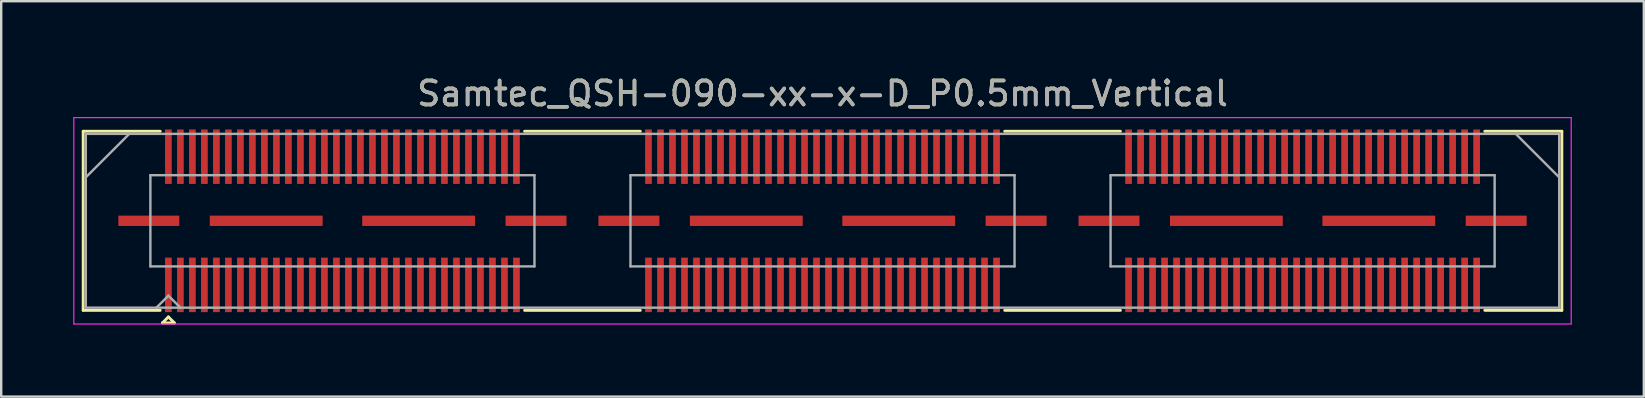
<source format=kicad_pcb>
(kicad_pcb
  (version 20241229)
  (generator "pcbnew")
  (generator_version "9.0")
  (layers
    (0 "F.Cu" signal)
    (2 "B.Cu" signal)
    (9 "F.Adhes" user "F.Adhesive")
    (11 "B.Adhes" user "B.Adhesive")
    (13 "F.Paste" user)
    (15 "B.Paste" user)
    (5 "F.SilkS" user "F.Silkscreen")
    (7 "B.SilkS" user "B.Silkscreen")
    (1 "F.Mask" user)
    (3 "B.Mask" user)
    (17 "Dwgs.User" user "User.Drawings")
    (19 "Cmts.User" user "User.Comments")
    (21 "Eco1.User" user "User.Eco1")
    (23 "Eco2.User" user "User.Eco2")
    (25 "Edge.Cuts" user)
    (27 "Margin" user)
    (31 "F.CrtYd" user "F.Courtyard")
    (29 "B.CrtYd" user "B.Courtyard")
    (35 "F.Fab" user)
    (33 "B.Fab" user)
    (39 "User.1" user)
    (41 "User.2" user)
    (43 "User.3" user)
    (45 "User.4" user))
  (footprint "Samtec_QSH-090-xx-x-D_P0.5mm_Vertical"
    (layer "F.Cu")
    (at 31.215 6.148)
    (property "Reference" "Samtec_QSH-090-xx-x-D_P0.5mm_Vertical" (at 0 -5.3 0) (layer "F.SilkS") (effects (font (size 1 1) (thickness 0.15))))
    (attr smd)
    (fp_line (start -30.8 -3.73) (end -27.59 -3.73) (stroke (width 0.12) (type solid)) (layer "F.SilkS"))
    (fp_line (start -30.8 3.73) (end -30.8 -3.73) (stroke (width 0.12) (type solid)) (layer "F.SilkS"))
    (fp_line (start -27.59 3.73) (end -30.8 3.73) (stroke (width 0.12) (type solid)) (layer "F.SilkS"))
    (fp_line (start -27.5 4.255) (end -27.25 4.005) (stroke (width 0.12) (type solid)) (layer "F.SilkS"))
    (fp_line (start -27.25 4.005) (end -27 4.255) (stroke (width 0.12) (type solid)) (layer "F.SilkS"))
    (fp_line (start -27 4.255) (end -27.5 4.255) (stroke (width 0.12) (type solid)) (layer "F.SilkS"))
    (fp_line (start -12.411 -3.73) (end -7.59 -3.73) (stroke (width 0.12) (type solid)) (layer "F.SilkS"))
    (fp_line (start -12.411 3.73) (end -7.59 3.73) (stroke (width 0.12) (type solid)) (layer "F.SilkS"))
    (fp_line (start 7.59 -3.73) (end 12.411 -3.73) (stroke (width 0.12) (type solid)) (layer "F.SilkS"))
    (fp_line (start 7.59 3.73) (end 12.411 3.73) (stroke (width 0.12) (type solid)) (layer "F.SilkS"))
    (fp_line (start 27.59 3.73) (end 30.8 3.73) (stroke (width 0.12) (type solid)) (layer "F.SilkS"))
    (fp_line (start 30.8 -3.73) (end 27.59 -3.73) (stroke (width 0.12) (type solid)) (layer "F.SilkS"))
    (fp_line (start 30.8 3.73) (end 30.8 -3.73) (stroke (width 0.12) (type solid)) (layer "F.SilkS"))
    (fp_line (start -31.19 -4.3) (end -31.19 4.3) (stroke (width 0.05) (type solid)) (layer "F.CrtYd"))
    (fp_line (start -31.19 4.3) (end 31.19 4.3) (stroke (width 0.05) (type solid)) (layer "F.CrtYd"))
    (fp_line (start 31.19 -4.3) (end -31.19 -4.3) (stroke (width 0.05) (type solid)) (layer "F.CrtYd"))
    (fp_line (start 31.19 4.3) (end 31.19 -4.3) (stroke (width 0.05) (type solid)) (layer "F.CrtYd"))
    (fp_line (start -30.69 -3.62) (end -30.69 3.62) (stroke (width 0.1) (type solid)) (layer "F.Fab"))
    (fp_line (start -30.69 -1.81) (end -28.88 -3.62) (stroke (width 0.1) (type solid)) (layer "F.Fab"))
    (fp_line (start -30.69 3.62) (end 30.69 3.62) (stroke (width 0.1) (type solid)) (layer "F.Fab"))
    (fp_line (start -28 -1.9) (end -28 1.9) (stroke (width 0.1) (type solid)) (layer "F.Fab"))
    (fp_line (start -28 1.9) (end -12 1.9) (stroke (width 0.1) (type solid)) (layer "F.Fab"))
    (fp_line (start -27.75 3.62) (end -27.25 3.12) (stroke (width 0.1) (type solid)) (layer "F.Fab"))
    (fp_line (start -27.25 3.12) (end -26.75 3.62) (stroke (width 0.1) (type solid)) (layer "F.Fab"))
    (fp_line (start -12 -1.9) (end -28 -1.9) (stroke (width 0.1) (type solid)) (layer "F.Fab"))
    (fp_line (start -12 1.9) (end -12 -1.9) (stroke (width 0.1) (type solid)) (layer "F.Fab"))
    (fp_line (start -8 -1.9) (end -8 1.9) (stroke (width 0.1) (type solid)) (layer "F.Fab"))
    (fp_line (start -8 1.9) (end 8 1.9) (stroke (width 0.1) (type solid)) (layer "F.Fab"))
    (fp_line (start 8 -1.9) (end -8 -1.9) (stroke (width 0.1) (type solid)) (layer "F.Fab"))
    (fp_line (start 8 1.9) (end 8 -1.9) (stroke (width 0.1) (type solid)) (layer "F.Fab"))
    (fp_line (start 12 -1.9) (end 12 1.9) (stroke (width 0.1) (type solid)) (layer "F.Fab"))
    (fp_line (start 12 1.9) (end 28 1.9) (stroke (width 0.1) (type solid)) (layer "F.Fab"))
    (fp_line (start 28 -1.9) (end 12 -1.9) (stroke (width 0.1) (type solid)) (layer "F.Fab"))
    (fp_line (start 28 1.9) (end 28 -1.9) (stroke (width 0.1) (type solid)) (layer "F.Fab"))
    (fp_line (start 30.69 -3.62) (end -30.69 -3.62) (stroke (width 0.1) (type solid)) (layer "F.Fab"))
    (fp_line (start 30.69 -1.81) (end 28.88 -3.62) (stroke (width 0.1) (type solid)) (layer "F.Fab"))
    (fp_line (start 30.69 3.62) (end 30.69 -3.62) (stroke (width 0.1) (type solid)) (layer "F.Fab"))
    (fp_text user "${REFERENCE}" (at 0 -5.3 0) (layer "F.Fab") (effects (font (size 1 1) (thickness 0.15))))
    (pad "1" smd rect (at -27.25 2.67) (size 0.279 2.27) (layers "F.Cu" "F.Mask" "F.Paste"))
    (pad "2" smd rect (at -27.25 -2.67) (size 0.279 2.27) (layers "F.Cu" "F.Mask" "F.Paste"))
    (pad "3" smd rect (at -26.75 2.67) (size 0.279 2.27) (layers "F.Cu" "F.Mask" "F.Paste"))
    (pad "4" smd rect (at -26.75 -2.67) (size 0.279 2.27) (layers "F.Cu" "F.Mask" "F.Paste"))
    (pad "5" smd rect (at -26.25 2.67) (size 0.279 2.27) (layers "F.Cu" "F.Mask" "F.Paste"))
    (pad "6" smd rect (at -26.25 -2.67) (size 0.279 2.27) (layers "F.Cu" "F.Mask" "F.Paste"))
    (pad "7" smd rect (at -25.75 2.67) (size 0.279 2.27) (layers "F.Cu" "F.Mask" "F.Paste"))
    (pad "8" smd rect (at -25.75 -2.67) (size 0.279 2.27) (layers "F.Cu" "F.Mask" "F.Paste"))
    (pad "9" smd rect (at -25.25 2.67) (size 0.279 2.27) (layers "F.Cu" "F.Mask" "F.Paste"))
    (pad "10" smd rect (at -25.25 -2.67) (size 0.279 2.27) (layers "F.Cu" "F.Mask" "F.Paste"))
    (pad "11" smd rect (at -24.75 2.67) (size 0.279 2.27) (layers "F.Cu" "F.Mask" "F.Paste"))
    (pad "12" smd rect (at -24.75 -2.67) (size 0.279 2.27) (layers "F.Cu" "F.Mask" "F.Paste"))
    (pad "13" smd rect (at -24.25 2.67) (size 0.279 2.27) (layers "F.Cu" "F.Mask" "F.Paste"))
    (pad "14" smd rect (at -24.25 -2.67) (size 0.279 2.27) (layers "F.Cu" "F.Mask" "F.Paste"))
    (pad "15" smd rect (at -23.75 2.67) (size 0.279 2.27) (layers "F.Cu" "F.Mask" "F.Paste"))
    (pad "16" smd rect (at -23.75 -2.67) (size 0.279 2.27) (layers "F.Cu" "F.Mask" "F.Paste"))
    (pad "17" smd rect (at -23.25 2.67) (size 0.279 2.27) (layers "F.Cu" "F.Mask" "F.Paste"))
    (pad "18" smd rect (at -23.25 -2.67) (size 0.279 2.27) (layers "F.Cu" "F.Mask" "F.Paste"))
    (pad "19" smd rect (at -22.75 2.67) (size 0.279 2.27) (layers "F.Cu" "F.Mask" "F.Paste"))
    (pad "20" smd rect (at -22.75 -2.67) (size 0.279 2.27) (layers "F.Cu" "F.Mask" "F.Paste"))
    (pad "21" smd rect (at -22.25 2.67) (size 0.279 2.27) (layers "F.Cu" "F.Mask" "F.Paste"))
    (pad "22" smd rect (at -22.25 -2.67) (size 0.279 2.27) (layers "F.Cu" "F.Mask" "F.Paste"))
    (pad "23" smd rect (at -21.75 2.67) (size 0.279 2.27) (layers "F.Cu" "F.Mask" "F.Paste"))
    (pad "24" smd rect (at -21.75 -2.67) (size 0.279 2.27) (layers "F.Cu" "F.Mask" "F.Paste"))
    (pad "25" smd rect (at -21.25 2.67) (size 0.279 2.27) (layers "F.Cu" "F.Mask" "F.Paste"))
    (pad "26" smd rect (at -21.25 -2.67) (size 0.279 2.27) (layers "F.Cu" "F.Mask" "F.Paste"))
    (pad "27" smd rect (at -20.75 2.67) (size 0.279 2.27) (layers "F.Cu" "F.Mask" "F.Paste"))
    (pad "28" smd rect (at -20.75 -2.67) (size 0.279 2.27) (layers "F.Cu" "F.Mask" "F.Paste"))
    (pad "29" smd rect (at -20.25 2.67) (size 0.279 2.27) (layers "F.Cu" "F.Mask" "F.Paste"))
    (pad "30" smd rect (at -20.25 -2.67) (size 0.279 2.27) (layers "F.Cu" "F.Mask" "F.Paste"))
    (pad "31" smd rect (at -19.75 2.67) (size 0.279 2.27) (layers "F.Cu" "F.Mask" "F.Paste"))
    (pad "32" smd rect (at -19.75 -2.67) (size 0.279 2.27) (layers "F.Cu" "F.Mask" "F.Paste"))
    (pad "33" smd rect (at -19.25 2.67) (size 0.279 2.27) (layers "F.Cu" "F.Mask" "F.Paste"))
    (pad "34" smd rect (at -19.25 -2.67) (size 0.279 2.27) (layers "F.Cu" "F.Mask" "F.Paste"))
    (pad "35" smd rect (at -18.75 2.67) (size 0.279 2.27) (layers "F.Cu" "F.Mask" "F.Paste"))
    (pad "36" smd rect (at -18.75 -2.67) (size 0.279 2.27) (layers "F.Cu" "F.Mask" "F.Paste"))
    (pad "37" smd rect (at -18.25 2.67) (size 0.279 2.27) (layers "F.Cu" "F.Mask" "F.Paste"))
    (pad "38" smd rect (at -18.25 -2.67) (size 0.279 2.27) (layers "F.Cu" "F.Mask" "F.Paste"))
    (pad "39" smd rect (at -17.75 2.67) (size 0.279 2.27) (layers "F.Cu" "F.Mask" "F.Paste"))
    (pad "40" smd rect (at -17.75 -2.67) (size 0.279 2.27) (layers "F.Cu" "F.Mask" "F.Paste"))
    (pad "41" smd rect (at -17.25 2.67) (size 0.279 2.27) (layers "F.Cu" "F.Mask" "F.Paste"))
    (pad "42" smd rect (at -17.25 -2.67) (size 0.279 2.27) (layers "F.Cu" "F.Mask" "F.Paste"))
    (pad "43" smd rect (at -16.75 2.67) (size 0.279 2.27) (layers "F.Cu" "F.Mask" "F.Paste"))
    (pad "44" smd rect (at -16.75 -2.67) (size 0.279 2.27) (layers "F.Cu" "F.Mask" "F.Paste"))
    (pad "45" smd rect (at -16.25 2.67) (size 0.279 2.27) (layers "F.Cu" "F.Mask" "F.Paste"))
    (pad "46" smd rect (at -16.25 -2.67) (size 0.279 2.27) (layers "F.Cu" "F.Mask" "F.Paste"))
    (pad "47" smd rect (at -15.75 2.67) (size 0.279 2.27) (layers "F.Cu" "F.Mask" "F.Paste"))
    (pad "48" smd rect (at -15.75 -2.67) (size 0.279 2.27) (layers "F.Cu" "F.Mask" "F.Paste"))
    (pad "49" smd rect (at -15.25 2.67) (size 0.279 2.27) (layers "F.Cu" "F.Mask" "F.Paste"))
    (pad "50" smd rect (at -15.25 -2.67) (size 0.279 2.27) (layers "F.Cu" "F.Mask" "F.Paste"))
    (pad "51" smd rect (at -14.75 2.67) (size 0.279 2.27) (layers "F.Cu" "F.Mask" "F.Paste"))
    (pad "52" smd rect (at -14.75 -2.67) (size 0.279 2.27) (layers "F.Cu" "F.Mask" "F.Paste"))
    (pad "53" smd rect (at -14.25 2.67) (size 0.279 2.27) (layers "F.Cu" "F.Mask" "F.Paste"))
    (pad "54" smd rect (at -14.25 -2.67) (size 0.279 2.27) (layers "F.Cu" "F.Mask" "F.Paste"))
    (pad "55" smd rect (at -13.75 2.67) (size 0.279 2.27) (layers "F.Cu" "F.Mask" "F.Paste"))
    (pad "56" smd rect (at -13.75 -2.67) (size 0.279 2.27) (layers "F.Cu" "F.Mask" "F.Paste"))
    (pad "57" smd rect (at -13.25 2.67) (size 0.279 2.27) (layers "F.Cu" "F.Mask" "F.Paste"))
    (pad "58" smd rect (at -13.25 -2.67) (size 0.279 2.27) (layers "F.Cu" "F.Mask" "F.Paste"))
    (pad "59" smd rect (at -12.75 2.67) (size 0.279 2.27) (layers "F.Cu" "F.Mask" "F.Paste"))
    (pad "60" smd rect (at -12.75 -2.67) (size 0.279 2.27) (layers "F.Cu" "F.Mask" "F.Paste"))
    (pad "61" smd rect (at -7.25 2.67) (size 0.279 2.27) (layers "F.Cu" "F.Mask" "F.Paste"))
    (pad "62" smd rect (at -7.25 -2.67) (size 0.279 2.27) (layers "F.Cu" "F.Mask" "F.Paste"))
    (pad "63" smd rect (at -6.75 2.67) (size 0.279 2.27) (layers "F.Cu" "F.Mask" "F.Paste"))
    (pad "64" smd rect (at -6.75 -2.67) (size 0.279 2.27) (layers "F.Cu" "F.Mask" "F.Paste"))
    (pad "65" smd rect (at -6.25 2.67) (size 0.279 2.27) (layers "F.Cu" "F.Mask" "F.Paste"))
    (pad "66" smd rect (at -6.25 -2.67) (size 0.279 2.27) (layers "F.Cu" "F.Mask" "F.Paste"))
    (pad "67" smd rect (at -5.75 2.67) (size 0.279 2.27) (layers "F.Cu" "F.Mask" "F.Paste"))
    (pad "68" smd rect (at -5.75 -2.67) (size 0.279 2.27) (layers "F.Cu" "F.Mask" "F.Paste"))
    (pad "69" smd rect (at -5.25 2.67) (size 0.279 2.27) (layers "F.Cu" "F.Mask" "F.Paste"))
    (pad "70" smd rect (at -5.25 -2.67) (size 0.279 2.27) (layers "F.Cu" "F.Mask" "F.Paste"))
    (pad "71" smd rect (at -4.75 2.67) (size 0.279 2.27) (layers "F.Cu" "F.Mask" "F.Paste"))
    (pad "72" smd rect (at -4.75 -2.67) (size 0.279 2.27) (layers "F.Cu" "F.Mask" "F.Paste"))
    (pad "73" smd rect (at -4.25 2.67) (size 0.279 2.27) (layers "F.Cu" "F.Mask" "F.Paste"))
    (pad "74" smd rect (at -4.25 -2.67) (size 0.279 2.27) (layers "F.Cu" "F.Mask" "F.Paste"))
    (pad "75" smd rect (at -3.75 2.67) (size 0.279 2.27) (layers "F.Cu" "F.Mask" "F.Paste"))
    (pad "76" smd rect (at -3.75 -2.67) (size 0.279 2.27) (layers "F.Cu" "F.Mask" "F.Paste"))
    (pad "77" smd rect (at -3.25 2.67) (size 0.279 2.27) (layers "F.Cu" "F.Mask" "F.Paste"))
    (pad "78" smd rect (at -3.25 -2.67) (size 0.279 2.27) (layers "F.Cu" "F.Mask" "F.Paste"))
    (pad "79" smd rect (at -2.75 2.67) (size 0.279 2.27) (layers "F.Cu" "F.Mask" "F.Paste"))
    (pad "80" smd rect (at -2.75 -2.67) (size 0.279 2.27) (layers "F.Cu" "F.Mask" "F.Paste"))
    (pad "81" smd rect (at -2.25 2.67) (size 0.279 2.27) (layers "F.Cu" "F.Mask" "F.Paste"))
    (pad "82" smd rect (at -2.25 -2.67) (size 0.279 2.27) (layers "F.Cu" "F.Mask" "F.Paste"))
    (pad "83" smd rect (at -1.75 2.67) (size 0.279 2.27) (layers "F.Cu" "F.Mask" "F.Paste"))
    (pad "84" smd rect (at -1.75 -2.67) (size 0.279 2.27) (layers "F.Cu" "F.Mask" "F.Paste"))
    (pad "85" smd rect (at -1.25 2.67) (size 0.279 2.27) (layers "F.Cu" "F.Mask" "F.Paste"))
    (pad "86" smd rect (at -1.25 -2.67) (size 0.279 2.27) (layers "F.Cu" "F.Mask" "F.Paste"))
    (pad "87" smd rect (at -0.75 2.67) (size 0.279 2.27) (layers "F.Cu" "F.Mask" "F.Paste"))
    (pad "88" smd rect (at -0.75 -2.67) (size 0.279 2.27) (layers "F.Cu" "F.Mask" "F.Paste"))
    (pad "89" smd rect (at -0.25 2.67) (size 0.279 2.27) (layers "F.Cu" "F.Mask" "F.Paste"))
    (pad "90" smd rect (at -0.25 -2.67) (size 0.279 2.27) (layers "F.Cu" "F.Mask" "F.Paste"))
    (pad "91" smd rect (at 0.25 2.67) (size 0.279 2.27) (layers "F.Cu" "F.Mask" "F.Paste"))
    (pad "92" smd rect (at 0.25 -2.67) (size 0.279 2.27) (layers "F.Cu" "F.Mask" "F.Paste"))
    (pad "93" smd rect (at 0.75 2.67) (size 0.279 2.27) (layers "F.Cu" "F.Mask" "F.Paste"))
    (pad "94" smd rect (at 0.75 -2.67) (size 0.279 2.27) (layers "F.Cu" "F.Mask" "F.Paste"))
    (pad "95" smd rect (at 1.25 2.67) (size 0.279 2.27) (layers "F.Cu" "F.Mask" "F.Paste"))
    (pad "96" smd rect (at 1.25 -2.67) (size 0.279 2.27) (layers "F.Cu" "F.Mask" "F.Paste"))
    (pad "97" smd rect (at 1.75 2.67) (size 0.279 2.27) (layers "F.Cu" "F.Mask" "F.Paste"))
    (pad "98" smd rect (at 1.75 -2.67) (size 0.279 2.27) (layers "F.Cu" "F.Mask" "F.Paste"))
    (pad "99" smd rect (at 2.25 2.67) (size 0.279 2.27) (layers "F.Cu" "F.Mask" "F.Paste"))
    (pad "100" smd rect (at 2.25 -2.67) (size 0.279 2.27) (layers "F.Cu" "F.Mask" "F.Paste"))
    (pad "101" smd rect (at 2.75 2.67) (size 0.279 2.27) (layers "F.Cu" "F.Mask" "F.Paste"))
    (pad "102" smd rect (at 2.75 -2.67) (size 0.279 2.27) (layers "F.Cu" "F.Mask" "F.Paste"))
    (pad "103" smd rect (at 3.25 2.67) (size 0.279 2.27) (layers "F.Cu" "F.Mask" "F.Paste"))
    (pad "104" smd rect (at 3.25 -2.67) (size 0.279 2.27) (layers "F.Cu" "F.Mask" "F.Paste"))
    (pad "105" smd rect (at 3.75 2.67) (size 0.279 2.27) (layers "F.Cu" "F.Mask" "F.Paste"))
    (pad "106" smd rect (at 3.75 -2.67) (size 0.279 2.27) (layers "F.Cu" "F.Mask" "F.Paste"))
    (pad "107" smd rect (at 4.25 2.67) (size 0.279 2.27) (layers "F.Cu" "F.Mask" "F.Paste"))
    (pad "108" smd rect (at 4.25 -2.67) (size 0.279 2.27) (layers "F.Cu" "F.Mask" "F.Paste"))
    (pad "109" smd rect (at 4.75 2.67) (size 0.279 2.27) (layers "F.Cu" "F.Mask" "F.Paste"))
    (pad "110" smd rect (at 4.75 -2.67) (size 0.279 2.27) (layers "F.Cu" "F.Mask" "F.Paste"))
    (pad "111" smd rect (at 5.25 2.67) (size 0.279 2.27) (layers "F.Cu" "F.Mask" "F.Paste"))
    (pad "112" smd rect (at 5.25 -2.67) (size 0.279 2.27) (layers "F.Cu" "F.Mask" "F.Paste"))
    (pad "113" smd rect (at 5.75 2.67) (size 0.279 2.27) (layers "F.Cu" "F.Mask" "F.Paste"))
    (pad "114" smd rect (at 5.75 -2.67) (size 0.279 2.27) (layers "F.Cu" "F.Mask" "F.Paste"))
    (pad "115" smd rect (at 6.25 2.67) (size 0.279 2.27) (layers "F.Cu" "F.Mask" "F.Paste"))
    (pad "116" smd rect (at 6.25 -2.67) (size 0.279 2.27) (layers "F.Cu" "F.Mask" "F.Paste"))
    (pad "117" smd rect (at 6.75 2.67) (size 0.279 2.27) (layers "F.Cu" "F.Mask" "F.Paste"))
    (pad "118" smd rect (at 6.75 -2.67) (size 0.279 2.27) (layers "F.Cu" "F.Mask" "F.Paste"))
    (pad "119" smd rect (at 7.25 2.67) (size 0.279 2.27) (layers "F.Cu" "F.Mask" "F.Paste"))
    (pad "120" smd rect (at 7.25 -2.67) (size 0.279 2.27) (layers "F.Cu" "F.Mask" "F.Paste"))
    (pad "121" smd rect (at 12.75 2.67) (size 0.279 2.27) (layers "F.Cu" "F.Mask" "F.Paste"))
    (pad "122" smd rect (at 12.75 -2.67) (size 0.279 2.27) (layers "F.Cu" "F.Mask" "F.Paste"))
    (pad "123" smd rect (at 13.25 2.67) (size 0.279 2.27) (layers "F.Cu" "F.Mask" "F.Paste"))
    (pad "124" smd rect (at 13.25 -2.67) (size 0.279 2.27) (layers "F.Cu" "F.Mask" "F.Paste"))
    (pad "125" smd rect (at 13.75 2.67) (size 0.279 2.27) (layers "F.Cu" "F.Mask" "F.Paste"))
    (pad "126" smd rect (at 13.75 -2.67) (size 0.279 2.27) (layers "F.Cu" "F.Mask" "F.Paste"))
    (pad "127" smd rect (at 14.25 2.67) (size 0.279 2.27) (layers "F.Cu" "F.Mask" "F.Paste"))
    (pad "128" smd rect (at 14.25 -2.67) (size 0.279 2.27) (layers "F.Cu" "F.Mask" "F.Paste"))
    (pad "129" smd rect (at 14.75 2.67) (size 0.279 2.27) (layers "F.Cu" "F.Mask" "F.Paste"))
    (pad "130" smd rect (at 14.75 -2.67) (size 0.279 2.27) (layers "F.Cu" "F.Mask" "F.Paste"))
    (pad "131" smd rect (at 15.25 2.67) (size 0.279 2.27) (layers "F.Cu" "F.Mask" "F.Paste"))
    (pad "132" smd rect (at 15.25 -2.67) (size 0.279 2.27) (layers "F.Cu" "F.Mask" "F.Paste"))
    (pad "133" smd rect (at 15.75 2.67) (size 0.279 2.27) (layers "F.Cu" "F.Mask" "F.Paste"))
    (pad "134" smd rect (at 15.75 -2.67) (size 0.279 2.27) (layers "F.Cu" "F.Mask" "F.Paste"))
    (pad "135" smd rect (at 16.25 2.67) (size 0.279 2.27) (layers "F.Cu" "F.Mask" "F.Paste"))
    (pad "136" smd rect (at 16.25 -2.67) (size 0.279 2.27) (layers "F.Cu" "F.Mask" "F.Paste"))
    (pad "137" smd rect (at 16.75 2.67) (size 0.279 2.27) (layers "F.Cu" "F.Mask" "F.Paste"))
    (pad "138" smd rect (at 16.75 -2.67) (size 0.279 2.27) (layers "F.Cu" "F.Mask" "F.Paste"))
    (pad "139" smd rect (at 17.25 2.67) (size 0.279 2.27) (layers "F.Cu" "F.Mask" "F.Paste"))
    (pad "140" smd rect (at 17.25 -2.67) (size 0.279 2.27) (layers "F.Cu" "F.Mask" "F.Paste"))
    (pad "141" smd rect (at 17.75 2.67) (size 0.279 2.27) (layers "F.Cu" "F.Mask" "F.Paste"))
    (pad "142" smd rect (at 17.75 -2.67) (size 0.279 2.27) (layers "F.Cu" "F.Mask" "F.Paste"))
    (pad "143" smd rect (at 18.25 2.67) (size 0.279 2.27) (layers "F.Cu" "F.Mask" "F.Paste"))
    (pad "144" smd rect (at 18.25 -2.67) (size 0.279 2.27) (layers "F.Cu" "F.Mask" "F.Paste"))
    (pad "145" smd rect (at 18.75 2.67) (size 0.279 2.27) (layers "F.Cu" "F.Mask" "F.Paste"))
    (pad "146" smd rect (at 18.75 -2.67) (size 0.279 2.27) (layers "F.Cu" "F.Mask" "F.Paste"))
    (pad "147" smd rect (at 19.25 2.67) (size 0.279 2.27) (layers "F.Cu" "F.Mask" "F.Paste"))
    (pad "148" smd rect (at 19.25 -2.67) (size 0.279 2.27) (layers "F.Cu" "F.Mask" "F.Paste"))
    (pad "149" smd rect (at 19.75 2.67) (size 0.279 2.27) (layers "F.Cu" "F.Mask" "F.Paste"))
    (pad "150" smd rect (at 19.75 -2.67) (size 0.279 2.27) (layers "F.Cu" "F.Mask" "F.Paste"))
    (pad "151" smd rect (at 20.25 2.67) (size 0.279 2.27) (layers "F.Cu" "F.Mask" "F.Paste"))
    (pad "152" smd rect (at 20.25 -2.67) (size 0.279 2.27) (layers "F.Cu" "F.Mask" "F.Paste"))
    (pad "153" smd rect (at 20.75 2.67) (size 0.279 2.27) (layers "F.Cu" "F.Mask" "F.Paste"))
    (pad "154" smd rect (at 20.75 -2.67) (size 0.279 2.27) (layers "F.Cu" "F.Mask" "F.Paste"))
    (pad "155" smd rect (at 21.25 2.67) (size 0.279 2.27) (layers "F.Cu" "F.Mask" "F.Paste"))
    (pad "156" smd rect (at 21.25 -2.67) (size 0.279 2.27) (layers "F.Cu" "F.Mask" "F.Paste"))
    (pad "157" smd rect (at 21.75 2.67) (size 0.279 2.27) (layers "F.Cu" "F.Mask" "F.Paste"))
    (pad "158" smd rect (at 21.75 -2.67) (size 0.279 2.27) (layers "F.Cu" "F.Mask" "F.Paste"))
    (pad "159" smd rect (at 22.25 2.67) (size 0.279 2.27) (layers "F.Cu" "F.Mask" "F.Paste"))
    (pad "160" smd rect (at 22.25 -2.67) (size 0.279 2.27) (layers "F.Cu" "F.Mask" "F.Paste"))
    (pad "161" smd rect (at 22.75 2.67) (size 0.279 2.27) (layers "F.Cu" "F.Mask" "F.Paste"))
    (pad "162" smd rect (at 22.75 -2.67) (size 0.279 2.27) (layers "F.Cu" "F.Mask" "F.Paste"))
    (pad "163" smd rect (at 23.25 2.67) (size 0.279 2.27) (layers "F.Cu" "F.Mask" "F.Paste"))
    (pad "164" smd rect (at 23.25 -2.67) (size 0.279 2.27) (layers "F.Cu" "F.Mask" "F.Paste"))
    (pad "165" smd rect (at 23.75 2.67) (size 0.279 2.27) (layers "F.Cu" "F.Mask" "F.Paste"))
    (pad "166" smd rect (at 23.75 -2.67) (size 0.279 2.27) (layers "F.Cu" "F.Mask" "F.Paste"))
    (pad "167" smd rect (at 24.25 2.67) (size 0.279 2.27) (layers "F.Cu" "F.Mask" "F.Paste"))
    (pad "168" smd rect (at 24.25 -2.67) (size 0.279 2.27) (layers "F.Cu" "F.Mask" "F.Paste"))
    (pad "169" smd rect (at 24.75 2.67) (size 0.279 2.27) (layers "F.Cu" "F.Mask" "F.Paste"))
    (pad "170" smd rect (at 24.75 -2.67) (size 0.279 2.27) (layers "F.Cu" "F.Mask" "F.Paste"))
    (pad "171" smd rect (at 25.25 2.67) (size 0.279 2.27) (layers "F.Cu" "F.Mask" "F.Paste"))
    (pad "172" smd rect (at 25.25 -2.67) (size 0.279 2.27) (layers "F.Cu" "F.Mask" "F.Paste"))
    (pad "173" smd rect (at 25.75 2.67) (size 0.279 2.27) (layers "F.Cu" "F.Mask" "F.Paste"))
    (pad "174" smd rect (at 25.75 -2.67) (size 0.279 2.27) (layers "F.Cu" "F.Mask" "F.Paste"))
    (pad "175" smd rect (at 26.25 2.67) (size 0.279 2.27) (layers "F.Cu" "F.Mask" "F.Paste"))
    (pad "176" smd rect (at 26.25 -2.67) (size 0.279 2.27) (layers "F.Cu" "F.Mask" "F.Paste"))
    (pad "177" smd rect (at 26.75 2.67) (size 0.279 2.27) (layers "F.Cu" "F.Mask" "F.Paste"))
    (pad "178" smd rect (at 26.75 -2.67) (size 0.279 2.27) (layers "F.Cu" "F.Mask" "F.Paste"))
    (pad "179" smd rect (at 27.25 2.67) (size 0.279 2.27) (layers "F.Cu" "F.Mask" "F.Paste"))
    (pad "180" smd rect (at 27.25 -2.67) (size 0.279 2.27) (layers "F.Cu" "F.Mask" "F.Paste"))
    (pad "181" smd rect (at -28.065 0) (size 2.54 0.43) (layers "F.Cu" "F.Mask" "F.Paste"))
    (pad "182" smd rect (at -23.175 0) (size 4.7 0.43) (layers "F.Cu" "F.Mask" "F.Paste"))
    (pad "183" smd rect (at -16.825 0) (size 4.7 0.43) (layers "F.Cu" "F.Mask" "F.Paste"))
    (pad "184" smd rect (at -11.935 0) (size 2.54 0.43) (layers "F.Cu" "F.Mask" "F.Paste"))
    (pad "185" smd rect (at -8.065 0) (size 2.54 0.43) (layers "F.Cu" "F.Mask" "F.Paste"))
    (pad "186" smd rect (at -3.175 0) (size 4.7 0.43) (layers "F.Cu" "F.Mask" "F.Paste"))
    (pad "187" smd rect (at 3.175 0) (size 4.7 0.43) (layers "F.Cu" "F.Mask" "F.Paste"))
    (pad "188" smd rect (at 8.065 0) (size 2.54 0.43) (layers "F.Cu" "F.Mask" "F.Paste"))
    (pad "189" smd rect (at 11.935 0) (size 2.54 0.43) (layers "F.Cu" "F.Mask" "F.Paste"))
    (pad "190" smd rect (at 16.825 0) (size 4.7 0.43) (layers "F.Cu" "F.Mask" "F.Paste"))
    (pad "191" smd rect (at 23.175 0) (size 4.7 0.43) (layers "F.Cu" "F.Mask" "F.Paste"))
    (pad "192" smd rect (at 28.065 0) (size 2.54 0.43) (layers "F.Cu" "F.Mask" "F.Paste")))
  (gr_rect
    (start -3 -3)
    (end 65.43 13.473)
    (stroke (width 0.1) (type default))
    (fill no)
    (layer "Edge.Cuts")))
</source>
